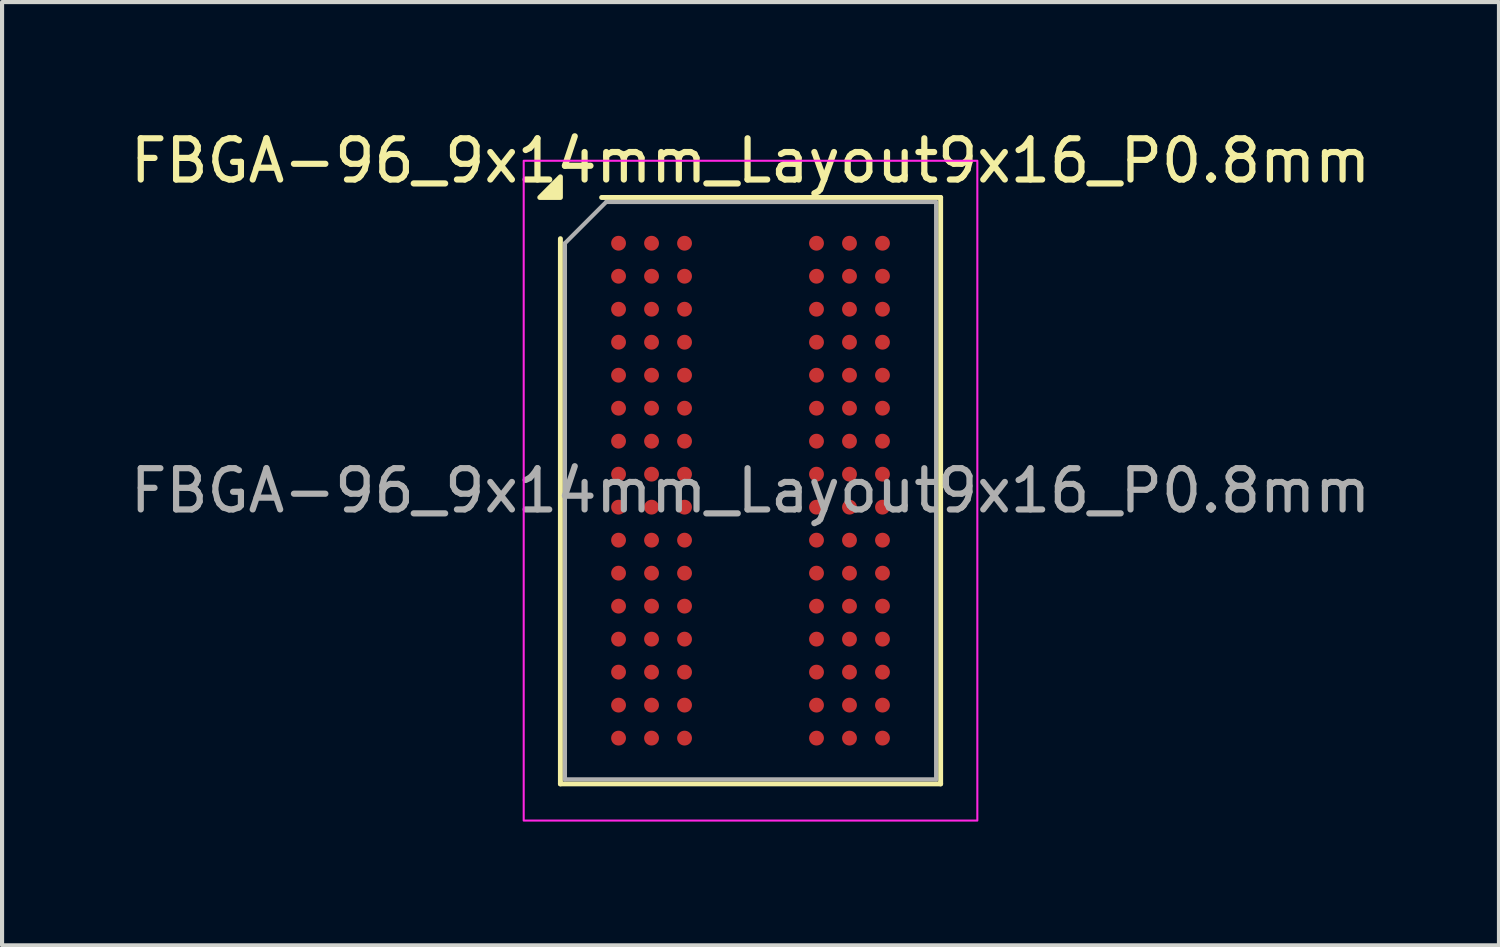
<source format=kicad_pcb>
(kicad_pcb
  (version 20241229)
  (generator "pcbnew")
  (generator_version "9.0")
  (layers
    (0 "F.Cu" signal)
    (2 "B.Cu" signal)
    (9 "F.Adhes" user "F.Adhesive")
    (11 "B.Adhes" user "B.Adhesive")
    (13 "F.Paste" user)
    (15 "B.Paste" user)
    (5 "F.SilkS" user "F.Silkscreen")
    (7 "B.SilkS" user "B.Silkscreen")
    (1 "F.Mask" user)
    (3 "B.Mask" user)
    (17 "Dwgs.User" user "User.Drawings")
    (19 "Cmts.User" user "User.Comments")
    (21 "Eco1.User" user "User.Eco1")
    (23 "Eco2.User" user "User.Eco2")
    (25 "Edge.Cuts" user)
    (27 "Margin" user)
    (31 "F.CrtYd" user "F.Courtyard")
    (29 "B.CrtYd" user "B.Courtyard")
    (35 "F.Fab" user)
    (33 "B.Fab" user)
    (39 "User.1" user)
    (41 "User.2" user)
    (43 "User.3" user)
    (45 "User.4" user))
  (footprint "FBGA-96_9x14mm_Layout9x16_P0.8mm"
    (layer "F.Cu")
    (at 15.149 8.848)
    (property "Reference" "FBGA-96_9x14mm_Layout9x16_P0.8mm" (at 0 -8 0) (layer "F.SilkS") (effects (font (size 1 1) (thickness 0.15))))
    (attr smd)
    (fp_line (start -4.61 7.11) (end -4.61 -6.11) (stroke (width 0.12) (type solid)) (layer "F.SilkS"))
    (fp_line (start -3.61 -7.11) (end 4.61 -7.11) (stroke (width 0.12) (type solid)) (layer "F.SilkS"))
    (fp_line (start 4.61 -7.11) (end 4.61 7.11) (stroke (width 0.12) (type solid)) (layer "F.SilkS"))
    (fp_line (start 4.61 7.11) (end -4.61 7.11) (stroke (width 0.12) (type solid)) (layer "F.SilkS"))
    (fp_poly (pts (xy -4.61 -7.11) (xy -5.11 -7.11) (xy -4.61 -7.61)) (stroke (width 0.12) (type solid)) (fill yes) (layer "F.SilkS"))
    (fp_rect (start -5.5 -8) (end 5.5 8) (stroke (width 0.05) (type solid)) (fill no) (layer "F.CrtYd"))
    (fp_line (start -4.5 -6) (end -3.5 -7) (stroke (width 0.1) (type solid)) (layer "F.Fab"))
    (fp_line (start -4.5 7) (end -4.5 -6) (stroke (width 0.1) (type solid)) (layer "F.Fab"))
    (fp_line (start -3.5 -7) (end 4.5 -7) (stroke (width 0.1) (type solid)) (layer "F.Fab"))
    (fp_line (start 4.5 -7) (end 4.5 7) (stroke (width 0.1) (type solid)) (layer "F.Fab"))
    (fp_line (start 4.5 7) (end -4.5 7) (stroke (width 0.1) (type solid)) (layer "F.Fab"))
    (fp_text user "${REFERENCE}" (at 0 0 0) (layer "F.Fab") (effects (font (size 1 1) (thickness 0.15))))
    (pad "A1" smd circle (at -3.2 -6) (size 0.36 0.36) (property pad_prop_bga) (layers "F.Cu" "F.Mask" "F.Paste"))
    (pad "A2" smd circle (at -2.4 -6) (size 0.36 0.36) (property pad_prop_bga) (layers "F.Cu" "F.Mask" "F.Paste"))
    (pad "A3" smd circle (at -1.6 -6) (size 0.36 0.36) (property pad_prop_bga) (layers "F.Cu" "F.Mask" "F.Paste"))
    (pad "A7" smd circle (at 1.6 -6) (size 0.36 0.36) (property pad_prop_bga) (layers "F.Cu" "F.Mask" "F.Paste"))
    (pad "A8" smd circle (at 2.4 -6) (size 0.36 0.36) (property pad_prop_bga) (layers "F.Cu" "F.Mask" "F.Paste"))
    (pad "A9" smd circle (at 3.2 -6) (size 0.36 0.36) (property pad_prop_bga) (layers "F.Cu" "F.Mask" "F.Paste"))
    (pad "B1" smd circle (at -3.2 -5.2) (size 0.36 0.36) (property pad_prop_bga) (layers "F.Cu" "F.Mask" "F.Paste"))
    (pad "B2" smd circle (at -2.4 -5.2) (size 0.36 0.36) (property pad_prop_bga) (layers "F.Cu" "F.Mask" "F.Paste"))
    (pad "B3" smd circle (at -1.6 -5.2) (size 0.36 0.36) (property pad_prop_bga) (layers "F.Cu" "F.Mask" "F.Paste"))
    (pad "B7" smd circle (at 1.6 -5.2) (size 0.36 0.36) (property pad_prop_bga) (layers "F.Cu" "F.Mask" "F.Paste"))
    (pad "B8" smd circle (at 2.4 -5.2) (size 0.36 0.36) (property pad_prop_bga) (layers "F.Cu" "F.Mask" "F.Paste"))
    (pad "B9" smd circle (at 3.2 -5.2) (size 0.36 0.36) (property pad_prop_bga) (layers "F.Cu" "F.Mask" "F.Paste"))
    (pad "C1" smd circle (at -3.2 -4.4) (size 0.36 0.36) (property pad_prop_bga) (layers "F.Cu" "F.Mask" "F.Paste"))
    (pad "C2" smd circle (at -2.4 -4.4) (size 0.36 0.36) (property pad_prop_bga) (layers "F.Cu" "F.Mask" "F.Paste"))
    (pad "C3" smd circle (at -1.6 -4.4) (size 0.36 0.36) (property pad_prop_bga) (layers "F.Cu" "F.Mask" "F.Paste"))
    (pad "C7" smd circle (at 1.6 -4.4) (size 0.36 0.36) (property pad_prop_bga) (layers "F.Cu" "F.Mask" "F.Paste"))
    (pad "C8" smd circle (at 2.4 -4.4) (size 0.36 0.36) (property pad_prop_bga) (layers "F.Cu" "F.Mask" "F.Paste"))
    (pad "C9" smd circle (at 3.2 -4.4) (size 0.36 0.36) (property pad_prop_bga) (layers "F.Cu" "F.Mask" "F.Paste"))
    (pad "D1" smd circle (at -3.2 -3.6) (size 0.36 0.36) (property pad_prop_bga) (layers "F.Cu" "F.Mask" "F.Paste"))
    (pad "D2" smd circle (at -2.4 -3.6) (size 0.36 0.36) (property pad_prop_bga) (layers "F.Cu" "F.Mask" "F.Paste"))
    (pad "D3" smd circle (at -1.6 -3.6) (size 0.36 0.36) (property pad_prop_bga) (layers "F.Cu" "F.Mask" "F.Paste"))
    (pad "D7" smd circle (at 1.6 -3.6) (size 0.36 0.36) (property pad_prop_bga) (layers "F.Cu" "F.Mask" "F.Paste"))
    (pad "D8" smd circle (at 2.4 -3.6) (size 0.36 0.36) (property pad_prop_bga) (layers "F.Cu" "F.Mask" "F.Paste"))
    (pad "D9" smd circle (at 3.2 -3.6) (size 0.36 0.36) (property pad_prop_bga) (layers "F.Cu" "F.Mask" "F.Paste"))
    (pad "E1" smd circle (at -3.2 -2.8) (size 0.36 0.36) (property pad_prop_bga) (layers "F.Cu" "F.Mask" "F.Paste"))
    (pad "E2" smd circle (at -2.4 -2.8) (size 0.36 0.36) (property pad_prop_bga) (layers "F.Cu" "F.Mask" "F.Paste"))
    (pad "E3" smd circle (at -1.6 -2.8) (size 0.36 0.36) (property pad_prop_bga) (layers "F.Cu" "F.Mask" "F.Paste"))
    (pad "E7" smd circle (at 1.6 -2.8) (size 0.36 0.36) (property pad_prop_bga) (layers "F.Cu" "F.Mask" "F.Paste"))
    (pad "E8" smd circle (at 2.4 -2.8) (size 0.36 0.36) (property pad_prop_bga) (layers "F.Cu" "F.Mask" "F.Paste"))
    (pad "E9" smd circle (at 3.2 -2.8) (size 0.36 0.36) (property pad_prop_bga) (layers "F.Cu" "F.Mask" "F.Paste"))
    (pad "F1" smd circle (at -3.2 -2) (size 0.36 0.36) (property pad_prop_bga) (layers "F.Cu" "F.Mask" "F.Paste"))
    (pad "F2" smd circle (at -2.4 -2) (size 0.36 0.36) (property pad_prop_bga) (layers "F.Cu" "F.Mask" "F.Paste"))
    (pad "F3" smd circle (at -1.6 -2) (size 0.36 0.36) (property pad_prop_bga) (layers "F.Cu" "F.Mask" "F.Paste"))
    (pad "F7" smd circle (at 1.6 -2) (size 0.36 0.36) (property pad_prop_bga) (layers "F.Cu" "F.Mask" "F.Paste"))
    (pad "F8" smd circle (at 2.4 -2) (size 0.36 0.36) (property pad_prop_bga) (layers "F.Cu" "F.Mask" "F.Paste"))
    (pad "F9" smd circle (at 3.2 -2) (size 0.36 0.36) (property pad_prop_bga) (layers "F.Cu" "F.Mask" "F.Paste"))
    (pad "G1" smd circle (at -3.2 -1.2) (size 0.36 0.36) (property pad_prop_bga) (layers "F.Cu" "F.Mask" "F.Paste"))
    (pad "G2" smd circle (at -2.4 -1.2) (size 0.36 0.36) (property pad_prop_bga) (layers "F.Cu" "F.Mask" "F.Paste"))
    (pad "G3" smd circle (at -1.6 -1.2) (size 0.36 0.36) (property pad_prop_bga) (layers "F.Cu" "F.Mask" "F.Paste"))
    (pad "G7" smd circle (at 1.6 -1.2) (size 0.36 0.36) (property pad_prop_bga) (layers "F.Cu" "F.Mask" "F.Paste"))
    (pad "G8" smd circle (at 2.4 -1.2) (size 0.36 0.36) (property pad_prop_bga) (layers "F.Cu" "F.Mask" "F.Paste"))
    (pad "G9" smd circle (at 3.2 -1.2) (size 0.36 0.36) (property pad_prop_bga) (layers "F.Cu" "F.Mask" "F.Paste"))
    (pad "H1" smd circle (at -3.2 -0.4) (size 0.36 0.36) (property pad_prop_bga) (layers "F.Cu" "F.Mask" "F.Paste"))
    (pad "H2" smd circle (at -2.4 -0.4) (size 0.36 0.36) (property pad_prop_bga) (layers "F.Cu" "F.Mask" "F.Paste"))
    (pad "H3" smd circle (at -1.6 -0.4) (size 0.36 0.36) (property pad_prop_bga) (layers "F.Cu" "F.Mask" "F.Paste"))
    (pad "H7" smd circle (at 1.6 -0.4) (size 0.36 0.36) (property pad_prop_bga) (layers "F.Cu" "F.Mask" "F.Paste"))
    (pad "H8" smd circle (at 2.4 -0.4) (size 0.36 0.36) (property pad_prop_bga) (layers "F.Cu" "F.Mask" "F.Paste"))
    (pad "H9" smd circle (at 3.2 -0.4) (size 0.36 0.36) (property pad_prop_bga) (layers "F.Cu" "F.Mask" "F.Paste"))
    (pad "J1" smd circle (at -3.2 0.4) (size 0.36 0.36) (property pad_prop_bga) (layers "F.Cu" "F.Mask" "F.Paste"))
    (pad "J2" smd circle (at -2.4 0.4) (size 0.36 0.36) (property pad_prop_bga) (layers "F.Cu" "F.Mask" "F.Paste"))
    (pad "J3" smd circle (at -1.6 0.4) (size 0.36 0.36) (property pad_prop_bga) (layers "F.Cu" "F.Mask" "F.Paste"))
    (pad "J7" smd circle (at 1.6 0.4) (size 0.36 0.36) (property pad_prop_bga) (layers "F.Cu" "F.Mask" "F.Paste"))
    (pad "J8" smd circle (at 2.4 0.4) (size 0.36 0.36) (property pad_prop_bga) (layers "F.Cu" "F.Mask" "F.Paste"))
    (pad "J9" smd circle (at 3.2 0.4) (size 0.36 0.36) (property pad_prop_bga) (layers "F.Cu" "F.Mask" "F.Paste"))
    (pad "K1" smd circle (at -3.2 1.2) (size 0.36 0.36) (property pad_prop_bga) (layers "F.Cu" "F.Mask" "F.Paste"))
    (pad "K2" smd circle (at -2.4 1.2) (size 0.36 0.36) (property pad_prop_bga) (layers "F.Cu" "F.Mask" "F.Paste"))
    (pad "K3" smd circle (at -1.6 1.2) (size 0.36 0.36) (property pad_prop_bga) (layers "F.Cu" "F.Mask" "F.Paste"))
    (pad "K7" smd circle (at 1.6 1.2) (size 0.36 0.36) (property pad_prop_bga) (layers "F.Cu" "F.Mask" "F.Paste"))
    (pad "K8" smd circle (at 2.4 1.2) (size 0.36 0.36) (property pad_prop_bga) (layers "F.Cu" "F.Mask" "F.Paste"))
    (pad "K9" smd circle (at 3.2 1.2) (size 0.36 0.36) (property pad_prop_bga) (layers "F.Cu" "F.Mask" "F.Paste"))
    (pad "L1" smd circle (at -3.2 2) (size 0.36 0.36) (property pad_prop_bga) (layers "F.Cu" "F.Mask" "F.Paste"))
    (pad "L2" smd circle (at -2.4 2) (size 0.36 0.36) (property pad_prop_bga) (layers "F.Cu" "F.Mask" "F.Paste"))
    (pad "L3" smd circle (at -1.6 2) (size 0.36 0.36) (property pad_prop_bga) (layers "F.Cu" "F.Mask" "F.Paste"))
    (pad "L7" smd circle (at 1.6 2) (size 0.36 0.36) (property pad_prop_bga) (layers "F.Cu" "F.Mask" "F.Paste"))
    (pad "L8" smd circle (at 2.4 2) (size 0.36 0.36) (property pad_prop_bga) (layers "F.Cu" "F.Mask" "F.Paste"))
    (pad "L9" smd circle (at 3.2 2) (size 0.36 0.36) (property pad_prop_bga) (layers "F.Cu" "F.Mask" "F.Paste"))
    (pad "M1" smd circle (at -3.2 2.8) (size 0.36 0.36) (property pad_prop_bga) (layers "F.Cu" "F.Mask" "F.Paste"))
    (pad "M2" smd circle (at -2.4 2.8) (size 0.36 0.36) (property pad_prop_bga) (layers "F.Cu" "F.Mask" "F.Paste"))
    (pad "M3" smd circle (at -1.6 2.8) (size 0.36 0.36) (property pad_prop_bga) (layers "F.Cu" "F.Mask" "F.Paste"))
    (pad "M7" smd circle (at 1.6 2.8) (size 0.36 0.36) (property pad_prop_bga) (layers "F.Cu" "F.Mask" "F.Paste"))
    (pad "M8" smd circle (at 2.4 2.8) (size 0.36 0.36) (property pad_prop_bga) (layers "F.Cu" "F.Mask" "F.Paste"))
    (pad "M9" smd circle (at 3.2 2.8) (size 0.36 0.36) (property pad_prop_bga) (layers "F.Cu" "F.Mask" "F.Paste"))
    (pad "N1" smd circle (at -3.2 3.6) (size 0.36 0.36) (property pad_prop_bga) (layers "F.Cu" "F.Mask" "F.Paste"))
    (pad "N2" smd circle (at -2.4 3.6) (size 0.36 0.36) (property pad_prop_bga) (layers "F.Cu" "F.Mask" "F.Paste"))
    (pad "N3" smd circle (at -1.6 3.6) (size 0.36 0.36) (property pad_prop_bga) (layers "F.Cu" "F.Mask" "F.Paste"))
    (pad "N7" smd circle (at 1.6 3.6) (size 0.36 0.36) (property pad_prop_bga) (layers "F.Cu" "F.Mask" "F.Paste"))
    (pad "N8" smd circle (at 2.4 3.6) (size 0.36 0.36) (property pad_prop_bga) (layers "F.Cu" "F.Mask" "F.Paste"))
    (pad "N9" smd circle (at 3.2 3.6) (size 0.36 0.36) (property pad_prop_bga) (layers "F.Cu" "F.Mask" "F.Paste"))
    (pad "P1" smd circle (at -3.2 4.4) (size 0.36 0.36) (property pad_prop_bga) (layers "F.Cu" "F.Mask" "F.Paste"))
    (pad "P2" smd circle (at -2.4 4.4) (size 0.36 0.36) (property pad_prop_bga) (layers "F.Cu" "F.Mask" "F.Paste"))
    (pad "P3" smd circle (at -1.6 4.4) (size 0.36 0.36) (property pad_prop_bga) (layers "F.Cu" "F.Mask" "F.Paste"))
    (pad "P7" smd circle (at 1.6 4.4) (size 0.36 0.36) (property pad_prop_bga) (layers "F.Cu" "F.Mask" "F.Paste"))
    (pad "P8" smd circle (at 2.4 4.4) (size 0.36 0.36) (property pad_prop_bga) (layers "F.Cu" "F.Mask" "F.Paste"))
    (pad "P9" smd circle (at 3.2 4.4) (size 0.36 0.36) (property pad_prop_bga) (layers "F.Cu" "F.Mask" "F.Paste"))
    (pad "R1" smd circle (at -3.2 5.2) (size 0.36 0.36) (property pad_prop_bga) (layers "F.Cu" "F.Mask" "F.Paste"))
    (pad "R2" smd circle (at -2.4 5.2) (size 0.36 0.36) (property pad_prop_bga) (layers "F.Cu" "F.Mask" "F.Paste"))
    (pad "R3" smd circle (at -1.6 5.2) (size 0.36 0.36) (property pad_prop_bga) (layers "F.Cu" "F.Mask" "F.Paste"))
    (pad "R7" smd circle (at 1.6 5.2) (size 0.36 0.36) (property pad_prop_bga) (layers "F.Cu" "F.Mask" "F.Paste"))
    (pad "R8" smd circle (at 2.4 5.2) (size 0.36 0.36) (property pad_prop_bga) (layers "F.Cu" "F.Mask" "F.Paste"))
    (pad "R9" smd circle (at 3.2 5.2) (size 0.36 0.36) (property pad_prop_bga) (layers "F.Cu" "F.Mask" "F.Paste"))
    (pad "T1" smd circle (at -3.2 6) (size 0.36 0.36) (property pad_prop_bga) (layers "F.Cu" "F.Mask" "F.Paste"))
    (pad "T2" smd circle (at -2.4 6) (size 0.36 0.36) (property pad_prop_bga) (layers "F.Cu" "F.Mask" "F.Paste"))
    (pad "T3" smd circle (at -1.6 6) (size 0.36 0.36) (property pad_prop_bga) (layers "F.Cu" "F.Mask" "F.Paste"))
    (pad "T7" smd circle (at 1.6 6) (size 0.36 0.36) (property pad_prop_bga) (layers "F.Cu" "F.Mask" "F.Paste"))
    (pad "T8" smd circle (at 2.4 6) (size 0.36 0.36) (property pad_prop_bga) (layers "F.Cu" "F.Mask" "F.Paste"))
    (pad "T9" smd circle (at 3.2 6) (size 0.36 0.36) (property pad_prop_bga) (layers "F.Cu" "F.Mask" "F.Paste")))
  (gr_rect
    (start -3 -3)
    (end 33.298 19.873)
    (stroke (width 0.1) (type default))
    (fill no)
    (layer "Edge.Cuts")))
</source>
